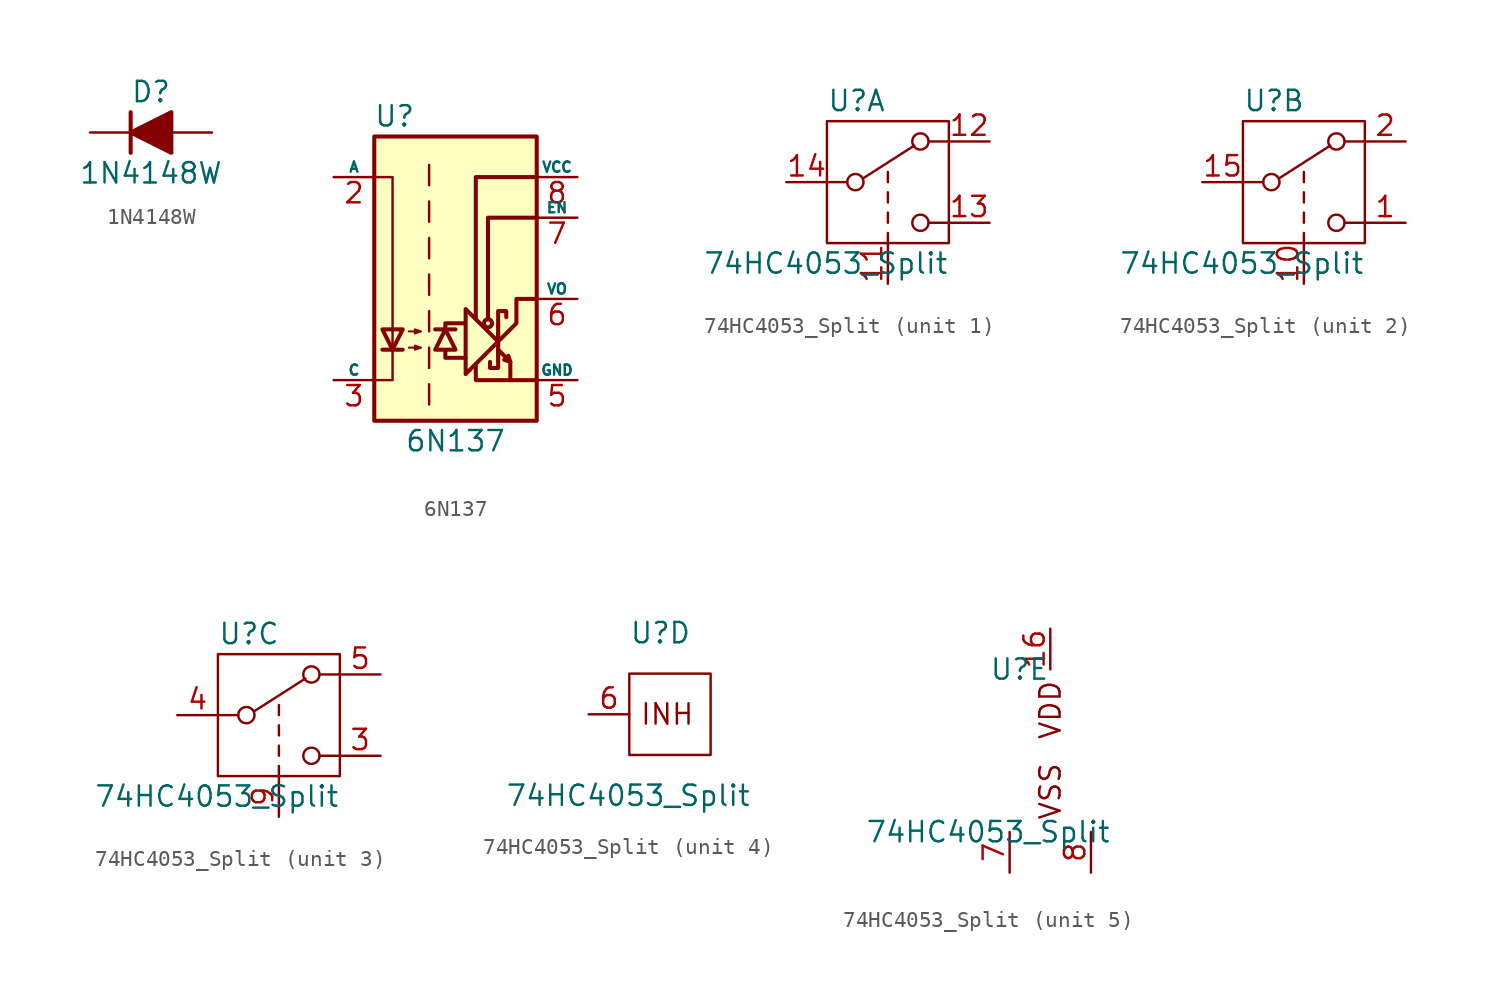
<source format=kicad_sym>
(kicad_symbol_lib
  (version 20231120)
  (generator "kicad_symbol_editor")
  (generator_version "8.0")
  (symbol "1N4148W"
    (pin_numbers hide)
    (pin_names hide)
    (property "Reference" "D"
      (at 0 2.54 0)
      (effects (font (size 1.27 1.27))))
    (property "Value" "1N4148W"
      (at 0 -2.54 0)
      (effects (font (size 1.27 1.27))))
    (symbol "1N4148W_0_1"
      (polyline (pts (xy -1.27 1.27) (xy -1.27 -1.27)) (stroke (width 0.254) (type default)) (fill (type none)))
      (polyline (pts (xy 1.27 0) (xy -1.27 0)) (stroke (width 0) (type default)) (fill (type none))))
    (symbol "1N4148W_1_1"
      (polyline (pts (xy 1.27 1.27) (xy 1.27 -1.27) (xy -1.27 0) (xy 1.27 1.27)) (stroke (width 0.254) (type default)) (fill (type outline)))
      (pin passive line (at -3.81 0 0) (length 2.54) (name "K" (effects (font (size 1.27 1.27)))) (number "1" (effects (font (size 1.27 1.27)))))
      (pin passive line (at 3.81 0 180) (length 2.54) (name "A" (effects (font (size 1.27 1.27)))) (number "2" (effects (font (size 1.27 1.27)))))))
  (symbol "6N137"
    (pin_names
      (offset 0))
    (property "Reference" "U"
      (at -3.81 11.43 0)
      (effects (font (size 1.27 1.27))))
    (property "Value" "6N137"
      (at 0 -8.89 0)
      (effects (font (size 1.27 1.27))))
    (symbol "6N137_0_1"
      (polyline (pts (xy 2.667 -3.556) (xy 2.667 -1.651)) (stroke (width 0.254) (type default)) (fill (type none)))
      (polyline (pts (xy 2.667 -2.159) (xy 2.667 -2.921)) (stroke (width 0.254) (type default)) (fill (type none)))
      (polyline (pts (xy 3.429 -3.937) (xy 3.429 -5.08)) (stroke (width 0.254) (type default)) (fill (type none)))
      (polyline (pts (xy -0.635 -3.302) (xy -0.635 -3.683) (xy 0.635 -3.683)) (stroke (width 0.254) (type default)) (fill (type none)))
      (polyline (pts (xy -0.635 -1.905) (xy -0.635 -1.524) (xy 0.508 -1.524)) (stroke (width 0.254) (type default)) (fill (type none)))
      (polyline (pts (xy 1.27 -4.064) (xy 1.27 -5.08) (xy 5.08 -5.08)) (stroke (width 0.254) (type default)) (fill (type none)))
      (polyline (pts (xy 1.27 -1.27) (xy 1.27 7.62) (xy 5.08 7.62)) (stroke (width 0.254) (type default)) (fill (type none)))
      (polyline (pts (xy 2.032 -1.27) (xy 2.032 5.08) (xy 5.08 5.08)) (stroke (width 0.254) (type default)) (fill (type none)))
      (polyline (pts (xy -5.08 -5.08) (xy -3.937 -5.08) (xy -3.937 7.62) (xy -5.08 7.62)) (stroke (width 0) (type default)) (fill (type none)))
      (polyline (pts (xy 2.667 -3.302) (xy 2.667 -4.318) (xy 2.159 -4.318) (xy 2.159 -3.937)) (stroke (width 0.254) (type default)) (fill (type none)))
      (polyline (pts (xy 2.667 -2.667) (xy 0.635 -4.699) (xy 0.635 -0.635) (xy 2.667 -2.667)) (stroke (width 0.254) (type default)) (fill (type none)))
      (polyline (pts (xy 2.667 -1.778) (xy 2.667 -0.762) (xy 3.175 -0.762) (xy 3.175 -1.143)) (stroke (width 0.254) (type default)) (fill (type none)))
      (polyline (pts (xy 2.794 -2.54) (xy 3.81 -1.524) (xy 3.81 0) (xy 5.08 0)) (stroke (width 0.254) (type default)) (fill (type none)))
      (polyline (pts (xy 2.667 -3.175) (xy 3.429 -3.937) (xy 3.302 -3.556) (xy 3.048 -3.81) (xy 3.429 -3.937)) (stroke (width 0.254) (type default)) (fill (type none)))
      (circle (center 2.032 -1.524) (radius 0.254) (stroke (width 0.254) (type default)) (fill (type none))))
    (symbol "6N137_1_1"
      (rectangle (start -5.08 10.16) (end 5.08 -7.62) (stroke (width 0.254) (type default)) (fill (type background)))
      (polyline (pts (xy -4.572 -3.175) (xy -3.302 -3.175)) (stroke (width 0.254) (type default)) (fill (type none)))
      (polyline (pts (xy -1.651 -5.334) (xy -1.651 -6.604)) (stroke (width 0) (type default)) (fill (type none)))
      (polyline (pts (xy -1.651 -3.048) (xy -1.651 -4.318)) (stroke (width 0) (type default)) (fill (type none)))
      (polyline (pts (xy -1.651 -0.762) (xy -1.651 -2.032)) (stroke (width 0) (type default)) (fill (type none)))
      (polyline (pts (xy -1.651 1.524) (xy -1.651 0.254)) (stroke (width 0) (type default)) (fill (type none)))
      (polyline (pts (xy -1.651 3.81) (xy -1.651 2.54)) (stroke (width 0) (type default)) (fill (type none)))
      (polyline (pts (xy -1.651 6.096) (xy -1.651 4.826)) (stroke (width 0) (type default)) (fill (type none)))
      (polyline (pts (xy -1.651 8.382) (xy -1.651 7.112)) (stroke (width 0) (type default)) (fill (type none)))
      (polyline (pts (xy -1.27 -1.905) (xy 0 -1.905)) (stroke (width 0.254) (type default)) (fill (type none)))
      (polyline (pts (xy -3.937 -3.175) (xy -4.572 -1.905) (xy -3.302 -1.905) (xy -3.937 -3.175)) (stroke (width 0.254) (type default)) (fill (type none)))
      (polyline (pts (xy -0.635 -1.905) (xy -1.27 -3.175) (xy 0 -3.175) (xy -0.635 -1.905)) (stroke (width 0.254) (type default)) (fill (type none)))
      (polyline (pts (xy -2.921 -3.048) (xy -2.159 -3.048) (xy -2.54 -3.175) (xy -2.54 -2.921) (xy -2.159 -3.048)) (stroke (width 0.127) (type default)) (fill (type none)))
      (polyline (pts (xy -2.921 -2.032) (xy -2.159 -2.032) (xy -2.54 -2.159) (xy -2.54 -1.905) (xy -2.159 -2.032)) (stroke (width 0.127) (type default)) (fill (type none)))
      (pin no_connect line (at -5.08 5.08 0) (length 2.54) hide (name "NC" (effects (font (size 0.635 0.635)))) (number "1" (effects (font (size 1.27 1.27)))))
      (pin passive line (at -7.62 7.62 0) (length 2.54) (name "A" (effects (font (size 0.635 0.635)))) (number "2" (effects (font (size 1.27 1.27)))))
      (pin passive line (at -7.62 -5.08 0) (length 2.54) (name "C" (effects (font (size 0.635 0.635)))) (number "3" (effects (font (size 1.27 1.27)))))
      (pin power_in line (at 7.62 -5.08 180) (length 2.54) (name "GND" (effects (font (size 0.635 0.635)))) (number "5" (effects (font (size 1.27 1.27)))))
      (pin open_collector line (at 7.62 0 180) (length 2.54) (name "VO" (effects (font (size 0.635 0.635)))) (number "6" (effects (font (size 1.27 1.27)))))
      (pin input line (at 7.62 5.08 180) (length 2.54) (name "EN" (effects (font (size 0.635 0.635)))) (number "7" (effects (font (size 1.27 1.27)))))
      (pin power_in line (at 7.62 7.62 180) (length 2.54) (name "VCC" (effects (font (size 0.635 0.635)))) (number "8" (effects (font (size 1.27 1.27)))))))
  (symbol "74HC4053_Split"
    (pin_names
      (offset 0) hide)
    (property "Reference" "U"
      (at -3.81 5.08 0)
      (effects (font (size 1.27 1.27)) (justify left)))
    (property "Value" "74HC4053_Split"
      (at 3.81 -5.08 0)
      (effects (font (size 1.27 1.27)) (justify right)))
    (property "ki_locked" ""
      (at 0 0 0)
      (effects (font (size 1.27 1.27))))
    (symbol "74HC4053_Split_1_0"
      (circle (center -2.032 0) (radius 0.508) (stroke (width 0) (type default)) (fill (type none)))
      (circle (center 2.032 -2.54) (radius 0.508) (stroke (width 0) (type default)) (fill (type none))))
    (symbol "74HC4053_Split_1_1"
      (rectangle (start -3.81 3.81) (end 3.81 -3.81) (stroke (width 0.152) (type default)) (fill (type none)))
      (polyline (pts (xy -3.81 0) (xy -2.54 0)) (stroke (width 0.152) (type default)) (fill (type none)))
      (polyline (pts (xy -1.524 0.254) (xy 1.651 2.286)) (stroke (width 0) (type default)) (fill (type none)))
      (polyline (pts (xy 0 -3.81) (xy 0 -3.175)) (stroke (width 0.152) (type default)) (fill (type none)))
      (polyline (pts (xy 0 -2.54) (xy 0 -1.905)) (stroke (width 0.152) (type default)) (fill (type none)))
      (polyline (pts (xy 0 -1.27) (xy 0 -0.635)) (stroke (width 0.152) (type default)) (fill (type none)))
      (polyline (pts (xy 0 0) (xy 0 0.635)) (stroke (width 0.152) (type default)) (fill (type none)))
      (polyline (pts (xy 2.54 -2.54) (xy 3.81 -2.54)) (stroke (width 0.152) (type default)) (fill (type none)))
      (polyline (pts (xy 2.54 2.54) (xy 3.81 2.54)) (stroke (width 0.152) (type default)) (fill (type none)))
      (circle (center 2.032 2.54) (radius 0.508) (stroke (width 0) (type default)) (fill (type none)))
      (pin input line (at 0 -6.35 90) (length 2.54) (name "A" (effects (font (size 1.27 1.27)))) (number "11" (effects (font (size 1.27 1.27)))))
      (pin passive line (at 6.35 2.54 180) (length 2.54) (name "AX" (effects (font (size 1.27 1.27)))) (number "12" (effects (font (size 1.27 1.27)))))
      (pin passive line (at 6.35 -2.54 180) (length 2.54) (name "AY" (effects (font (size 1.27 1.27)))) (number "13" (effects (font (size 1.27 1.27)))))
      (pin passive line (at -6.35 0 0) (length 2.54) (name "AXY" (effects (font (size 1.27 1.27)))) (number "14" (effects (font (size 1.27 1.27))))))
    (symbol "74HC4053_Split_2_0"
      (circle (center -2.032 0) (radius 0.508) (stroke (width 0) (type default)) (fill (type none)))
      (circle (center 2.032 -2.54) (radius 0.508) (stroke (width 0) (type default)) (fill (type none))))
    (symbol "74HC4053_Split_2_1"
      (rectangle (start -3.81 3.81) (end 3.81 -3.81) (stroke (width 0.152) (type default)) (fill (type none)))
      (polyline (pts (xy -3.81 0) (xy -2.54 0)) (stroke (width 0.152) (type default)) (fill (type none)))
      (polyline (pts (xy -1.524 0.254) (xy 1.651 2.286)) (stroke (width 0) (type default)) (fill (type none)))
      (polyline (pts (xy 0 -3.81) (xy 0 -3.175)) (stroke (width 0.152) (type default)) (fill (type none)))
      (polyline (pts (xy 0 -2.54) (xy 0 -1.905)) (stroke (width 0.152) (type default)) (fill (type none)))
      (polyline (pts (xy 0 -1.27) (xy 0 -0.635)) (stroke (width 0.152) (type default)) (fill (type none)))
      (polyline (pts (xy 0 0) (xy 0 0.635)) (stroke (width 0.152) (type default)) (fill (type none)))
      (polyline (pts (xy 2.54 -2.54) (xy 3.81 -2.54)) (stroke (width 0.152) (type default)) (fill (type none)))
      (polyline (pts (xy 2.54 2.54) (xy 3.81 2.54)) (stroke (width 0.152) (type default)) (fill (type none)))
      (circle (center 2.032 2.54) (radius 0.508) (stroke (width 0) (type default)) (fill (type none)))
      (pin passive line (at 6.35 -2.54 180) (length 2.54) (name "BY" (effects (font (size 1.27 1.27)))) (number "1" (effects (font (size 1.27 1.27)))))
      (pin input line (at 0 -6.35 90) (length 2.54) (name "B" (effects (font (size 1.27 1.27)))) (number "10" (effects (font (size 1.27 1.27)))))
      (pin passive line (at -6.35 0 0) (length 2.54) (name "BXY" (effects (font (size 1.27 1.27)))) (number "15" (effects (font (size 1.27 1.27)))))
      (pin passive line (at 6.35 2.54 180) (length 2.54) (name "BX" (effects (font (size 1.27 1.27)))) (number "2" (effects (font (size 1.27 1.27))))))
    (symbol "74HC4053_Split_3_0"
      (circle (center -2.032 0) (radius 0.508) (stroke (width 0) (type default)) (fill (type none)))
      (circle (center 2.032 -2.54) (radius 0.508) (stroke (width 0) (type default)) (fill (type none))))
    (symbol "74HC4053_Split_3_1"
      (rectangle (start -3.81 3.81) (end 3.81 -3.81) (stroke (width 0.152) (type default)) (fill (type none)))
      (polyline (pts (xy -3.81 0) (xy -2.54 0)) (stroke (width 0.152) (type default)) (fill (type none)))
      (polyline (pts (xy -1.524 0.254) (xy 1.651 2.286)) (stroke (width 0) (type default)) (fill (type none)))
      (polyline (pts (xy 0 -3.81) (xy 0 -3.175)) (stroke (width 0.152) (type default)) (fill (type none)))
      (polyline (pts (xy 0 -2.54) (xy 0 -1.905)) (stroke (width 0.152) (type default)) (fill (type none)))
      (polyline (pts (xy 0 -1.27) (xy 0 -0.635)) (stroke (width 0.152) (type default)) (fill (type none)))
      (polyline (pts (xy 0 0) (xy 0 0.635)) (stroke (width 0.152) (type default)) (fill (type none)))
      (polyline (pts (xy 2.54 -2.54) (xy 3.81 -2.54)) (stroke (width 0.152) (type default)) (fill (type none)))
      (polyline (pts (xy 2.54 2.54) (xy 3.81 2.54)) (stroke (width 0.152) (type default)) (fill (type none)))
      (circle (center 2.032 2.54) (radius 0.508) (stroke (width 0) (type default)) (fill (type none)))
      (pin passive line (at 6.35 -2.54 180) (length 2.54) (name "CY" (effects (font (size 1.27 1.27)))) (number "3" (effects (font (size 1.27 1.27)))))
      (pin passive line (at -6.35 0 0) (length 2.54) (name "CXY" (effects (font (size 1.27 1.27)))) (number "4" (effects (font (size 1.27 1.27)))))
      (pin passive line (at 6.35 2.54 180) (length 2.54) (name "CX" (effects (font (size 1.27 1.27)))) (number "5" (effects (font (size 1.27 1.27)))))
      (pin input line (at 0 -6.35 90) (length 2.54) (name "C" (effects (font (size 1.27 1.27)))) (number "9" (effects (font (size 1.27 1.27))))))
    (symbol "74HC4053_Split_4_1"
      (rectangle (start -3.81 2.54) (end 1.27 -2.54) (stroke (width 0.152) (type default)) (fill (type none)))
      (text "INH" (at -3.175 0 0) (effects (font (size 1.27 1.27)) (justify left)))
      (pin passive line (at -6.35 0 0) (length 2.54) (name "INH" (effects (font (size 1.27 1.27)))) (number "6" (effects (font (size 1.27 1.27))))))
    (symbol "74HC4053_Split_5_1"
      (text "VDD" (at 0 2.54 900) (effects (font (size 1.27 1.27))))
      (text "VSS" (at 0 -2.54 900) (effects (font (size 1.27 1.27))))
      (pin power_in line (at 0 7.62 270) (length 2.54) (name "VDD" (effects (font (size 1.27 1.27)))) (number "16" (effects (font (size 1.27 1.27)))))
      (pin power_in line (at -2.54 -7.62 90) (length 2.54) (name "VEE" (effects (font (size 1.27 1.27)))) (number "7" (effects (font (size 1.27 1.27)))))
      (pin power_in line (at 2.54 -7.62 90) (length 2.54) (name "GND" (effects (font (size 1.27 1.27)))) (number "8" (effects (font (size 1.27 1.27))))))))
</source>
